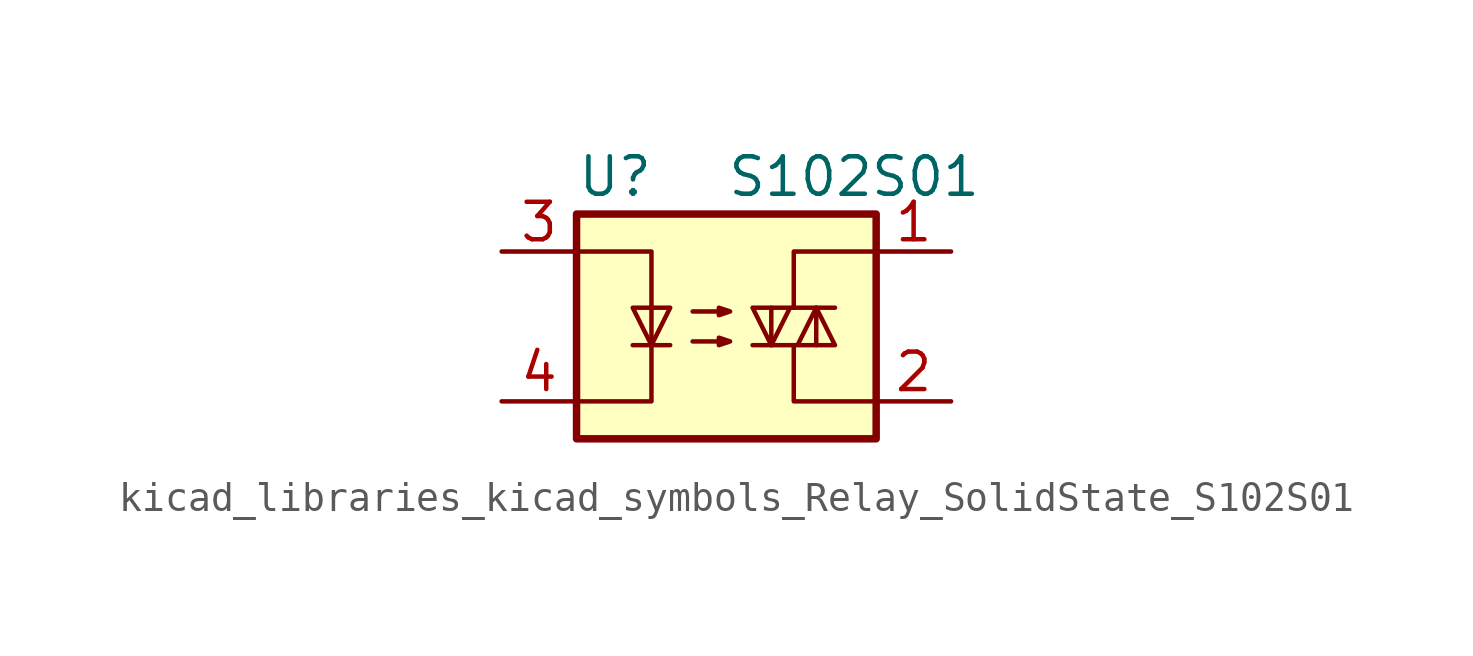
<source format=kicad_sym>
(kicad_symbol_lib
  (version 20220914)
  (generator kicad_symbol_editor)
  (symbol "kicad_libraries_kicad_symbols_Relay_SolidState_S102S01"
    (property "Reference" "U"
      (at -5.08 5.08 0)
      (effects (font (size 1.27 1.27)) (justify left)))
    (property "Value" "S102S01"
      (at 0 5.08 0)
      (effects (font (size 1.27 1.27)) (justify left)))
    (symbol "kicad_libraries_kicad_symbols_Relay_SolidState_S102S01_0_1"
      (rectangle (start -5.08 3.81) (end 5.08 -3.81) (stroke (width 0.254) (type default)) (fill (type background)))
      (polyline (pts (xy -3.175 -0.635) (xy -1.905 -0.635)) (stroke (width 0) (type default)) (fill (type none)))
      (polyline (pts (xy 1.524 -0.635) (xy 1.524 0.635)) (stroke (width 0) (type default)) (fill (type none)))
      (polyline (pts (xy 3.048 0.635) (xy 3.048 -0.635)) (stroke (width 0) (type default)) (fill (type none)))
      (polyline (pts (xy 2.286 -0.635) (xy 2.286 -2.54) (xy 5.08 -2.54)) (stroke (width 0) (type default)) (fill (type none)))
      (polyline (pts (xy 2.286 0.635) (xy 2.286 2.54) (xy 5.08 2.54)) (stroke (width 0) (type default)) (fill (type none)))
      (polyline (pts (xy -5.08 2.54) (xy -2.54 2.54) (xy -2.54 -2.54) (xy -5.08 -2.54)) (stroke (width 0) (type default)) (fill (type none)))
      (polyline (pts (xy -2.54 -0.635) (xy -3.175 0.635) (xy -1.905 0.635) (xy -2.54 -0.635)) (stroke (width 0) (type default)) (fill (type none)))
      (polyline (pts (xy 0.889 -0.635) (xy 3.683 -0.635) (xy 3.048 0.635) (xy 2.413 -0.635)) (stroke (width 0) (type default)) (fill (type none)))
      (polyline (pts (xy 3.683 0.635) (xy 0.889 0.635) (xy 1.524 -0.635) (xy 2.159 0.635)) (stroke (width 0) (type default)) (fill (type none)))
      (polyline (pts (xy -1.143 -0.508) (xy 0.127 -0.508) (xy -0.254 -0.635) (xy -0.254 -0.381) (xy 0.127 -0.508)) (stroke (width 0) (type default)) (fill (type none)))
      (polyline (pts (xy -1.143 0.508) (xy 0.127 0.508) (xy -0.254 0.381) (xy -0.254 0.635) (xy 0.127 0.508)) (stroke (width 0) (type default)) (fill (type none))))
    (symbol "kicad_libraries_kicad_symbols_Relay_SolidState_S102S01_1_1"
      (pin passive line (at 7.62 2.54 180) (length 2.54) (name "~" (effects (font (size 1.27 1.27)))) (number "1" (effects (font (size 1.27 1.27)))))
      (pin passive line (at 7.62 -2.54 180) (length 2.54) (name "~" (effects (font (size 1.27 1.27)))) (number "2" (effects (font (size 1.27 1.27)))))
      (pin passive line (at -7.62 2.54 0) (length 2.54) (name "~" (effects (font (size 1.27 1.27)))) (number "3" (effects (font (size 1.27 1.27)))))
      (pin passive line (at -7.62 -2.54 0) (length 2.54) (name "~" (effects (font (size 1.27 1.27)))) (number "4" (effects (font (size 1.27 1.27))))))))
</source>
